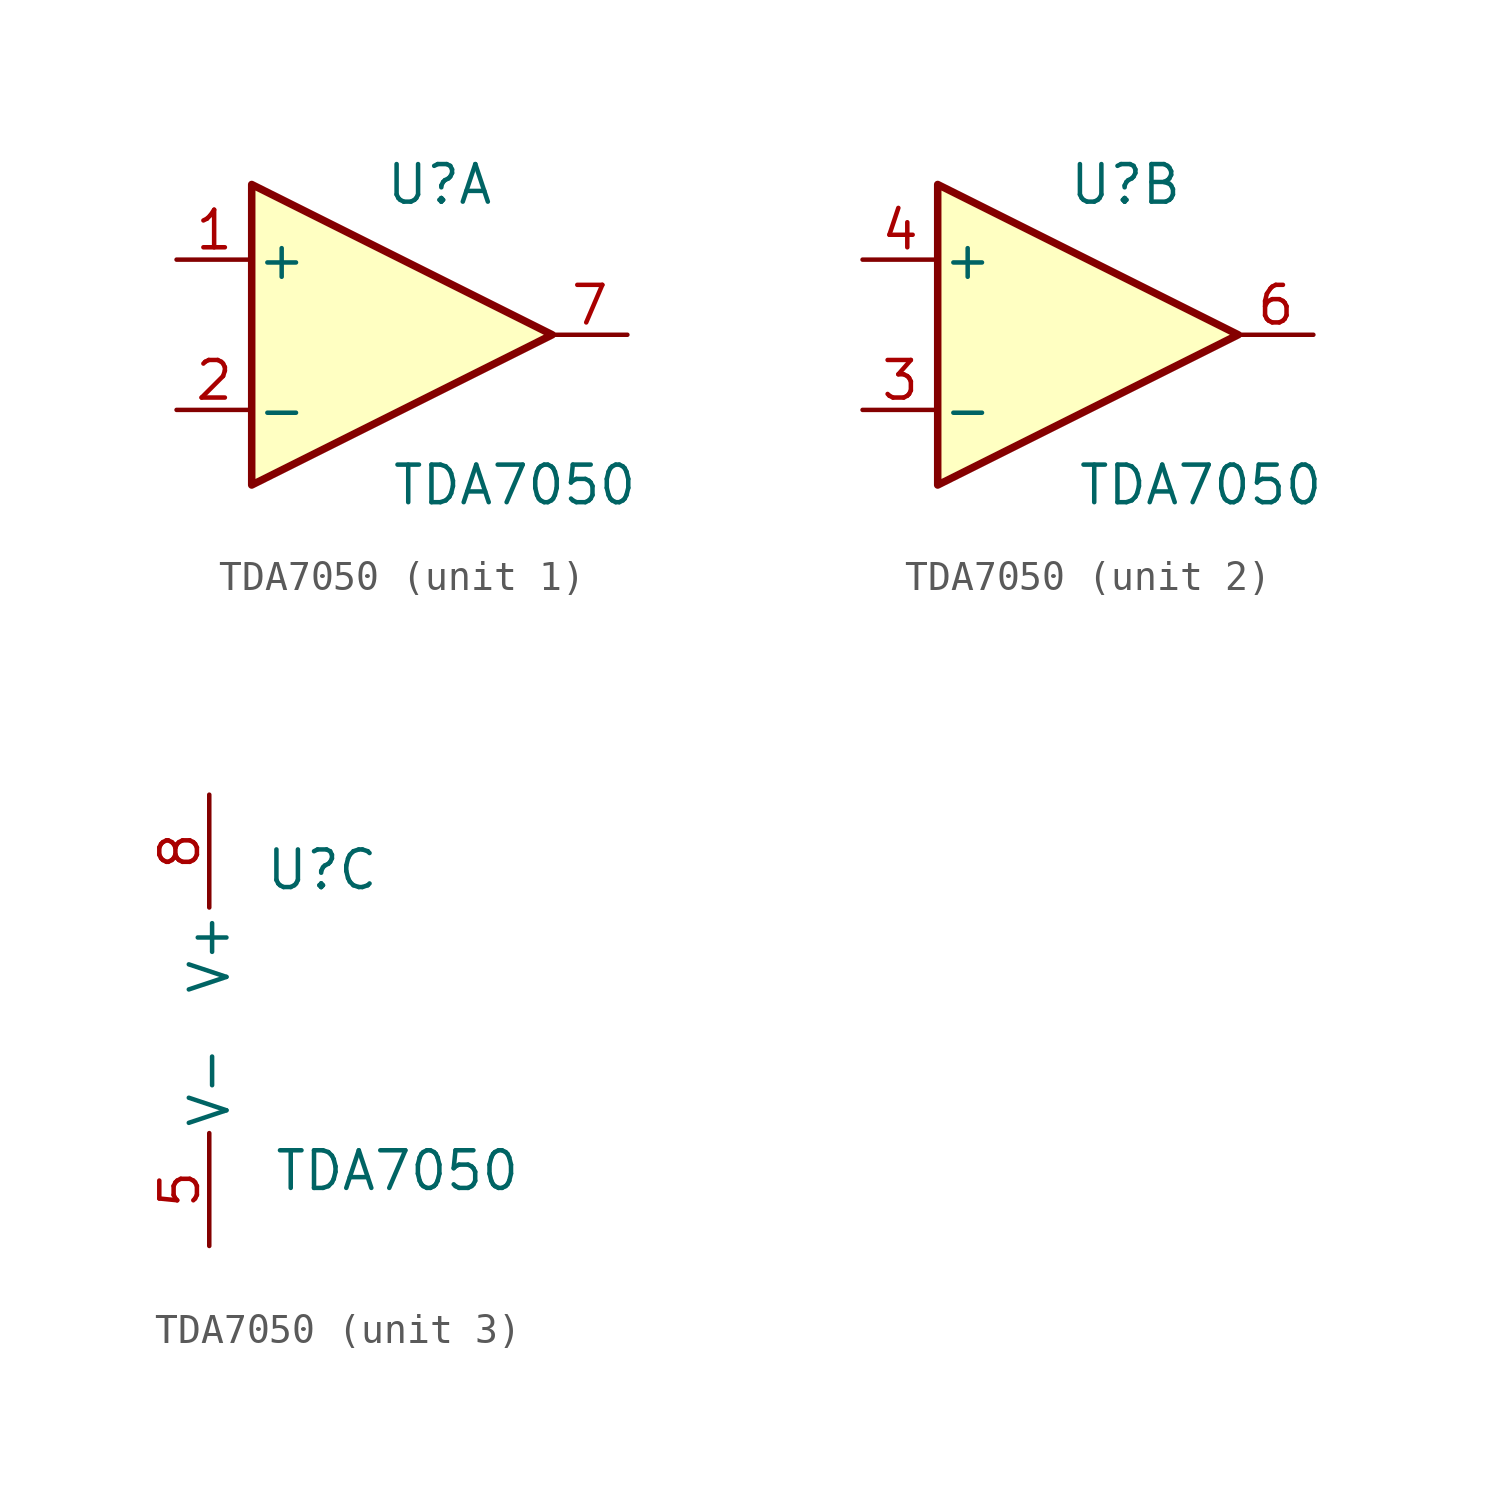
<source format=kicad_sym>
(kicad_symbol_lib
  (version 20231120)
  (generator "kicad_symbol_editor")
  (generator_version "8.0")
  (symbol "TDA7050"
    (pin_names
      (offset 0.127))
    (property "Reference" "U"
      (at 1.27 5.08 0)
      (effects (font (size 1.27 1.27))))
    (property "Value" "TDA7050"
      (at 3.81 -5.08 0)
      (effects (font (size 1.27 1.27))))
    (property "ki_locked" ""
      (at 0 0 0)
      (effects (font (size 1.27 1.27))))
    (symbol "TDA7050_1_1"
      (polyline (pts (xy -5.08 5.08) (xy 5.08 0) (xy -5.08 -5.08) (xy -5.08 5.08)) (stroke (width 0.254) (type default)) (fill (type background)))
      (pin input line (at -7.62 2.54 0) (length 2.54) (name "+" (effects (font (size 1.27 1.27)))) (number "1" (effects (font (size 1.27 1.27)))))
      (pin input line (at -7.62 -2.54 0) (length 2.54) (name "-" (effects (font (size 1.27 1.27)))) (number "2" (effects (font (size 1.27 1.27)))))
      (pin output line (at 7.62 0 180) (length 2.54) (name "~" (effects (font (size 1.27 1.27)))) (number "7" (effects (font (size 1.27 1.27))))))
    (symbol "TDA7050_2_1"
      (polyline (pts (xy -5.08 5.08) (xy 5.08 0) (xy -5.08 -5.08) (xy -5.08 5.08)) (stroke (width 0.254) (type default)) (fill (type background)))
      (pin input line (at -7.62 -2.54 0) (length 2.54) (name "-" (effects (font (size 1.27 1.27)))) (number "3" (effects (font (size 1.27 1.27)))))
      (pin input line (at -7.62 2.54 0) (length 2.54) (name "+" (effects (font (size 1.27 1.27)))) (number "4" (effects (font (size 1.27 1.27)))))
      (pin output line (at 7.62 0 180) (length 2.54) (name "~" (effects (font (size 1.27 1.27)))) (number "6" (effects (font (size 1.27 1.27))))))
    (symbol "TDA7050_3_1"
      (pin power_in line (at -2.54 -7.62 90) (length 3.81) (name "V-" (effects (font (size 1.27 1.27)))) (number "5" (effects (font (size 1.27 1.27)))))
      (pin power_in line (at -2.54 7.62 270) (length 3.81) (name "V+" (effects (font (size 1.27 1.27)))) (number "8" (effects (font (size 1.27 1.27))))))))
</source>
